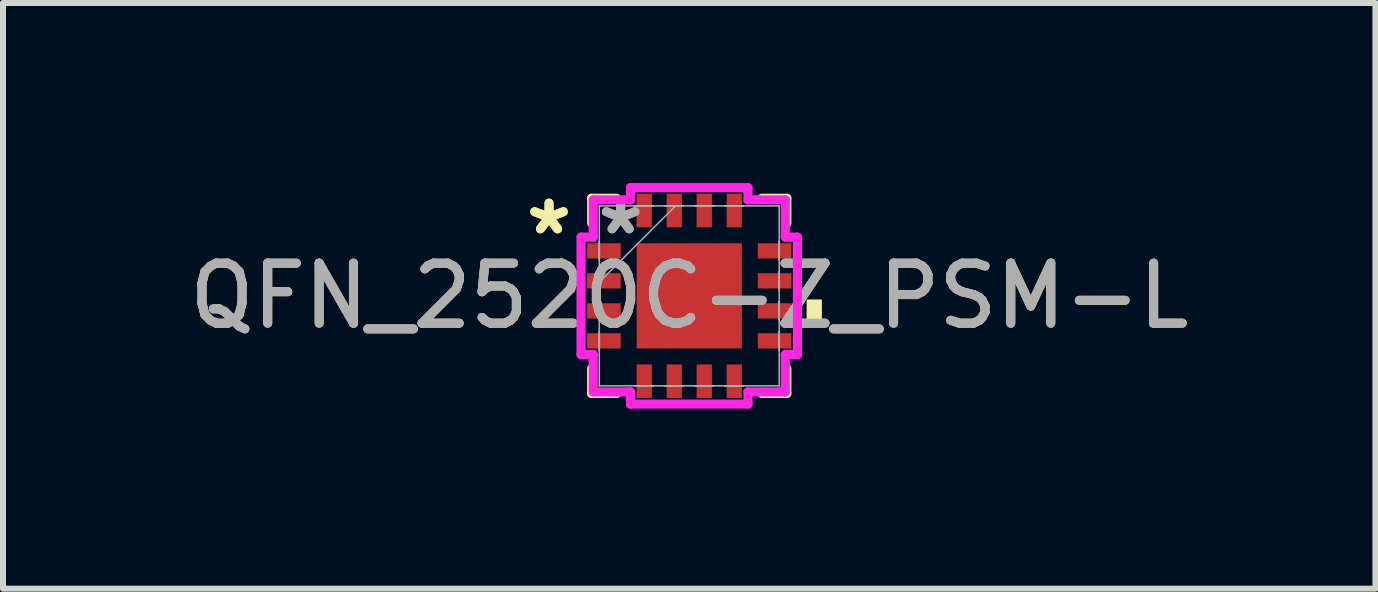
<source format=kicad_pcb>
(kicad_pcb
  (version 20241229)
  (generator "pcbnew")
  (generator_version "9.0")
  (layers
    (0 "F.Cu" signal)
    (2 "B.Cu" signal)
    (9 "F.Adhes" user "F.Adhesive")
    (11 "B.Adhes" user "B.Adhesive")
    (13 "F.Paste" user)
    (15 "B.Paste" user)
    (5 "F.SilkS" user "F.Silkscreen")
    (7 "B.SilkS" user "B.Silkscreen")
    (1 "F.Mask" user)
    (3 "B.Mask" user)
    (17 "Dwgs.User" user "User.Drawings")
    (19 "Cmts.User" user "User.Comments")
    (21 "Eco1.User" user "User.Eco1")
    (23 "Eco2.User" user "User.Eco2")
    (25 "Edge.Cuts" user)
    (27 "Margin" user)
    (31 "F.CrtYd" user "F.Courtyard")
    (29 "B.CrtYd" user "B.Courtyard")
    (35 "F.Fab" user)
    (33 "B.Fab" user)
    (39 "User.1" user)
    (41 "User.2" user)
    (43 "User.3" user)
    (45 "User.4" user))
  (footprint "QFN_2520C-Z_PSM-L"
    (layer "F.Cu")
    (at 8.435 1.88)
    (property "Reference" "QFN_2520C-Z_PSM-L" (at 0 0 0) (unlocked yes) (layer "F.SilkS") (effects (font (size 1 1) (thickness 0.15))))
    (attr smd)
    (fp_line (start -1.626 -1.626) (end -1.626 -1.21) (stroke (width 0.152) (type solid)) (layer "F.SilkS"))
    (fp_line (start -1.626 1.21) (end -1.626 1.626) (stroke (width 0.152) (type solid)) (layer "F.SilkS"))
    (fp_line (start -1.626 1.626) (end -1.21 1.626) (stroke (width 0.152) (type solid)) (layer "F.SilkS"))
    (fp_line (start -1.21 -1.626) (end -1.626 -1.626) (stroke (width 0.152) (type solid)) (layer "F.SilkS"))
    (fp_line (start 1.21 1.626) (end 1.626 1.626) (stroke (width 0.152) (type solid)) (layer "F.SilkS"))
    (fp_line (start 1.626 -1.626) (end 1.21 -1.626) (stroke (width 0.152) (type solid)) (layer "F.SilkS"))
    (fp_line (start 1.626 -1.21) (end 1.626 -1.626) (stroke (width 0.152) (type solid)) (layer "F.SilkS"))
    (fp_line (start 1.626 1.626) (end 1.626 1.21) (stroke (width 0.152) (type solid)) (layer "F.SilkS"))
    (fp_poly (pts (xy 2.21 0.06) (xy 2.21 0.441) (xy 1.956 0.441) (xy 1.956 0.06)) (stroke (width 0) (type solid)) (fill yes) (layer "F.SilkS"))
    (fp_line (start -1.803 -0.979) (end -1.6 -0.979) (stroke (width 0.152) (type solid)) (layer "F.CrtYd"))
    (fp_line (start -1.803 0.979) (end -1.803 -0.979) (stroke (width 0.152) (type solid)) (layer "F.CrtYd"))
    (fp_line (start -1.6 -1.6) (end -0.979 -1.6) (stroke (width 0.152) (type solid)) (layer "F.CrtYd"))
    (fp_line (start -1.6 -0.979) (end -1.6 -1.6) (stroke (width 0.152) (type solid)) (layer "F.CrtYd"))
    (fp_line (start -1.6 0.979) (end -1.803 0.979) (stroke (width 0.152) (type solid)) (layer "F.CrtYd"))
    (fp_line (start -1.6 1.6) (end -1.6 0.979) (stroke (width 0.152) (type solid)) (layer "F.CrtYd"))
    (fp_line (start -0.979 -1.803) (end 0.979 -1.803) (stroke (width 0.152) (type solid)) (layer "F.CrtYd"))
    (fp_line (start -0.979 -1.6) (end -0.979 -1.803) (stroke (width 0.152) (type solid)) (layer "F.CrtYd"))
    (fp_line (start -0.979 1.6) (end -1.6 1.6) (stroke (width 0.152) (type solid)) (layer "F.CrtYd"))
    (fp_line (start -0.979 1.803) (end -0.979 1.6) (stroke (width 0.152) (type solid)) (layer "F.CrtYd"))
    (fp_line (start 0.979 -1.803) (end 0.979 -1.6) (stroke (width 0.152) (type solid)) (layer "F.CrtYd"))
    (fp_line (start 0.979 -1.6) (end 1.6 -1.6) (stroke (width 0.152) (type solid)) (layer "F.CrtYd"))
    (fp_line (start 0.979 1.6) (end 0.979 1.803) (stroke (width 0.152) (type solid)) (layer "F.CrtYd"))
    (fp_line (start 0.979 1.803) (end -0.979 1.803) (stroke (width 0.152) (type solid)) (layer "F.CrtYd"))
    (fp_line (start 1.6 -1.6) (end 1.6 -0.979) (stroke (width 0.152) (type solid)) (layer "F.CrtYd"))
    (fp_line (start 1.6 -0.979) (end 1.803 -0.979) (stroke (width 0.152) (type solid)) (layer "F.CrtYd"))
    (fp_line (start 1.6 0.979) (end 1.6 1.6) (stroke (width 0.152) (type solid)) (layer "F.CrtYd"))
    (fp_line (start 1.6 1.6) (end 0.979 1.6) (stroke (width 0.152) (type solid)) (layer "F.CrtYd"))
    (fp_line (start 1.803 -0.979) (end 1.803 0.979) (stroke (width 0.152) (type solid)) (layer "F.CrtYd"))
    (fp_line (start 1.803 0.979) (end 1.6 0.979) (stroke (width 0.152) (type solid)) (layer "F.CrtYd"))
    (fp_line (start -1.499 -1.499) (end -1.499 -1.499) (stroke (width 0.025) (type solid)) (layer "F.Fab"))
    (fp_line (start -1.499 -1.499) (end -1.499 1.499) (stroke (width 0.025) (type solid)) (layer "F.Fab"))
    (fp_line (start -1.499 -0.903) (end -1.499 -0.903) (stroke (width 0.025) (type solid)) (layer "F.Fab"))
    (fp_line (start -1.499 -0.903) (end -1.499 -0.598) (stroke (width 0.025) (type solid)) (layer "F.Fab"))
    (fp_line (start -1.499 -0.598) (end -1.499 -0.903) (stroke (width 0.025) (type solid)) (layer "F.Fab"))
    (fp_line (start -1.499 -0.598) (end -1.499 -0.598) (stroke (width 0.025) (type solid)) (layer "F.Fab"))
    (fp_line (start -1.499 -0.402) (end -1.499 -0.402) (stroke (width 0.025) (type solid)) (layer "F.Fab"))
    (fp_line (start -1.499 -0.402) (end -1.499 -0.098) (stroke (width 0.025) (type solid)) (layer "F.Fab"))
    (fp_line (start -1.499 -0.229) (end -0.229 -1.499) (stroke (width 0.025) (type solid)) (layer "F.Fab"))
    (fp_line (start -1.499 -0.098) (end -1.499 -0.402) (stroke (width 0.025) (type solid)) (layer "F.Fab"))
    (fp_line (start -1.499 -0.098) (end -1.499 -0.098) (stroke (width 0.025) (type solid)) (layer "F.Fab"))
    (fp_line (start -1.499 0.098) (end -1.499 0.098) (stroke (width 0.025) (type solid)) (layer "F.Fab"))
    (fp_line (start -1.499 0.098) (end -1.499 0.402) (stroke (width 0.025) (type solid)) (layer "F.Fab"))
    (fp_line (start -1.499 0.402) (end -1.499 0.098) (stroke (width 0.025) (type solid)) (layer "F.Fab"))
    (fp_line (start -1.499 0.402) (end -1.499 0.402) (stroke (width 0.025) (type solid)) (layer "F.Fab"))
    (fp_line (start -1.499 0.598) (end -1.499 0.598) (stroke (width 0.025) (type solid)) (layer "F.Fab"))
    (fp_line (start -1.499 0.598) (end -1.499 0.903) (stroke (width 0.025) (type solid)) (layer "F.Fab"))
    (fp_line (start -1.499 0.903) (end -1.499 0.598) (stroke (width 0.025) (type solid)) (layer "F.Fab"))
    (fp_line (start -1.499 0.903) (end -1.499 0.903) (stroke (width 0.025) (type solid)) (layer "F.Fab"))
    (fp_line (start -1.499 1.499) (end -1.499 1.499) (stroke (width 0.025) (type solid)) (layer "F.Fab"))
    (fp_line (start -1.499 1.499) (end 1.499 1.499) (stroke (width 0.025) (type solid)) (layer "F.Fab"))
    (fp_line (start -0.903 -1.499) (end -0.903 -1.499) (stroke (width 0.025) (type solid)) (layer "F.Fab"))
    (fp_line (start -0.903 -1.499) (end -0.598 -1.499) (stroke (width 0.025) (type solid)) (layer "F.Fab"))
    (fp_line (start -0.903 1.499) (end -0.903 1.499) (stroke (width 0.025) (type solid)) (layer "F.Fab"))
    (fp_line (start -0.903 1.499) (end -0.598 1.499) (stroke (width 0.025) (type solid)) (layer "F.Fab"))
    (fp_line (start -0.598 -1.499) (end -0.903 -1.499) (stroke (width 0.025) (type solid)) (layer "F.Fab"))
    (fp_line (start -0.598 -1.499) (end -0.598 -1.499) (stroke (width 0.025) (type solid)) (layer "F.Fab"))
    (fp_line (start -0.598 1.499) (end -0.903 1.499) (stroke (width 0.025) (type solid)) (layer "F.Fab"))
    (fp_line (start -0.598 1.499) (end -0.598 1.499) (stroke (width 0.025) (type solid)) (layer "F.Fab"))
    (fp_line (start -0.402 -1.499) (end -0.402 -1.499) (stroke (width 0.025) (type solid)) (layer "F.Fab"))
    (fp_line (start -0.402 -1.499) (end -0.098 -1.499) (stroke (width 0.025) (type solid)) (layer "F.Fab"))
    (fp_line (start -0.402 1.499) (end -0.402 1.499) (stroke (width 0.025) (type solid)) (layer "F.Fab"))
    (fp_line (start -0.402 1.499) (end -0.098 1.499) (stroke (width 0.025) (type solid)) (layer "F.Fab"))
    (fp_line (start -0.098 -1.499) (end -0.402 -1.499) (stroke (width 0.025) (type solid)) (layer "F.Fab"))
    (fp_line (start -0.098 -1.499) (end -0.098 -1.499) (stroke (width 0.025) (type solid)) (layer "F.Fab"))
    (fp_line (start -0.098 1.499) (end -0.402 1.499) (stroke (width 0.025) (type solid)) (layer "F.Fab"))
    (fp_line (start -0.098 1.499) (end -0.098 1.499) (stroke (width 0.025) (type solid)) (layer "F.Fab"))
    (fp_line (start 0.098 -1.499) (end 0.098 -1.499) (stroke (width 0.025) (type solid)) (layer "F.Fab"))
    (fp_line (start 0.098 -1.499) (end 0.402 -1.499) (stroke (width 0.025) (type solid)) (layer "F.Fab"))
    (fp_line (start 0.098 1.499) (end 0.098 1.499) (stroke (width 0.025) (type solid)) (layer "F.Fab"))
    (fp_line (start 0.098 1.499) (end 0.402 1.499) (stroke (width 0.025) (type solid)) (layer "F.Fab"))
    (fp_line (start 0.402 -1.499) (end 0.098 -1.499) (stroke (width 0.025) (type solid)) (layer "F.Fab"))
    (fp_line (start 0.402 -1.499) (end 0.402 -1.499) (stroke (width 0.025) (type solid)) (layer "F.Fab"))
    (fp_line (start 0.402 1.499) (end 0.098 1.499) (stroke (width 0.025) (type solid)) (layer "F.Fab"))
    (fp_line (start 0.402 1.499) (end 0.402 1.499) (stroke (width 0.025) (type solid)) (layer "F.Fab"))
    (fp_line (start 0.598 -1.499) (end 0.598 -1.499) (stroke (width 0.025) (type solid)) (layer "F.Fab"))
    (fp_line (start 0.598 -1.499) (end 0.903 -1.499) (stroke (width 0.025) (type solid)) (layer "F.Fab"))
    (fp_line (start 0.598 1.499) (end 0.598 1.499) (stroke (width 0.025) (type solid)) (layer "F.Fab"))
    (fp_line (start 0.598 1.499) (end 0.903 1.499) (stroke (width 0.025) (type solid)) (layer "F.Fab"))
    (fp_line (start 0.903 -1.499) (end 0.598 -1.499) (stroke (width 0.025) (type solid)) (layer "F.Fab"))
    (fp_line (start 0.903 -1.499) (end 0.903 -1.499) (stroke (width 0.025) (type solid)) (layer "F.Fab"))
    (fp_line (start 0.903 1.499) (end 0.598 1.499) (stroke (width 0.025) (type solid)) (layer "F.Fab"))
    (fp_line (start 0.903 1.499) (end 0.903 1.499) (stroke (width 0.025) (type solid)) (layer "F.Fab"))
    (fp_line (start 1.499 -1.499) (end -1.499 -1.499) (stroke (width 0.025) (type solid)) (layer "F.Fab"))
    (fp_line (start 1.499 -1.499) (end 1.499 -1.499) (stroke (width 0.025) (type solid)) (layer "F.Fab"))
    (fp_line (start 1.499 -0.903) (end 1.499 -0.903) (stroke (width 0.025) (type solid)) (layer "F.Fab"))
    (fp_line (start 1.499 -0.903) (end 1.499 -0.598) (stroke (width 0.025) (type solid)) (layer "F.Fab"))
    (fp_line (start 1.499 -0.598) (end 1.499 -0.903) (stroke (width 0.025) (type solid)) (layer "F.Fab"))
    (fp_line (start 1.499 -0.598) (end 1.499 -0.598) (stroke (width 0.025) (type solid)) (layer "F.Fab"))
    (fp_line (start 1.499 -0.402) (end 1.499 -0.402) (stroke (width 0.025) (type solid)) (layer "F.Fab"))
    (fp_line (start 1.499 -0.402) (end 1.499 -0.098) (stroke (width 0.025) (type solid)) (layer "F.Fab"))
    (fp_line (start 1.499 -0.098) (end 1.499 -0.402) (stroke (width 0.025) (type solid)) (layer "F.Fab"))
    (fp_line (start 1.499 -0.098) (end 1.499 -0.098) (stroke (width 0.025) (type solid)) (layer "F.Fab"))
    (fp_line (start 1.499 0.098) (end 1.499 0.098) (stroke (width 0.025) (type solid)) (layer "F.Fab"))
    (fp_line (start 1.499 0.098) (end 1.499 0.402) (stroke (width 0.025) (type solid)) (layer "F.Fab"))
    (fp_line (start 1.499 0.402) (end 1.499 0.098) (stroke (width 0.025) (type solid)) (layer "F.Fab"))
    (fp_line (start 1.499 0.402) (end 1.499 0.402) (stroke (width 0.025) (type solid)) (layer "F.Fab"))
    (fp_line (start 1.499 0.598) (end 1.499 0.598) (stroke (width 0.025) (type solid)) (layer "F.Fab"))
    (fp_line (start 1.499 0.598) (end 1.499 0.903) (stroke (width 0.025) (type solid)) (layer "F.Fab"))
    (fp_line (start 1.499 0.903) (end 1.499 0.598) (stroke (width 0.025) (type solid)) (layer "F.Fab"))
    (fp_line (start 1.499 0.903) (end 1.499 0.903) (stroke (width 0.025) (type solid)) (layer "F.Fab"))
    (fp_line (start 1.499 1.499) (end 1.499 -1.499) (stroke (width 0.025) (type solid)) (layer "F.Fab"))
    (fp_line (start 1.499 1.499) (end 1.499 1.499) (stroke (width 0.025) (type solid)) (layer "F.Fab"))
    (fp_text user "*" (at -2.337 -1 0) (layer "F.SilkS") (effects (font (size 1 1) (thickness 0.15))))
    (fp_text user "*" (at -2.337 -1 0) (unlocked yes) (layer "F.SilkS") (effects (font (size 1 1) (thickness 0.15))))
    (fp_text user "*" (at -1.143 -1 0) (unlocked yes) (layer "F.Fab") (effects (font (size 1 1) (thickness 0.15))))
    (fp_text user "*" (at -1.143 -1 0) (layer "F.Fab") (effects (font (size 1 1) (thickness 0.15))))
    (fp_text user "${REFERENCE}" (at 0 0 0) (unlocked yes) (layer "F.Fab") (effects (font (size 1 1) (thickness 0.15))))
    (pad "1" smd rect (at -1.422 -0.75 90) (size 0.254 0.559) (layers "F.Cu" "F.Mask" "F.Paste"))
    (pad "2" smd rect (at -1.422 -0.25 90) (size 0.254 0.559) (layers "F.Cu" "F.Mask" "F.Paste"))
    (pad "3" smd rect (at -1.422 0.25 90) (size 0.254 0.559) (layers "F.Cu" "F.Mask" "F.Paste"))
    (pad "4" smd rect (at -1.422 0.75 90) (size 0.254 0.559) (layers "F.Cu" "F.Mask" "F.Paste"))
    (pad "5" smd rect (at -0.75 1.422) (size 0.254 0.559) (layers "F.Cu" "F.Mask" "F.Paste"))
    (pad "6" smd rect (at -0.25 1.422) (size 0.254 0.559) (layers "F.Cu" "F.Mask" "F.Paste"))
    (pad "7" smd rect (at 0.25 1.422) (size 0.254 0.559) (layers "F.Cu" "F.Mask" "F.Paste"))
    (pad "8" smd rect (at 0.75 1.422) (size 0.254 0.559) (layers "F.Cu" "F.Mask" "F.Paste"))
    (pad "9" smd rect (at 1.422 0.75 90) (size 0.254 0.559) (layers "F.Cu" "F.Mask" "F.Paste"))
    (pad "10" smd rect (at 1.422 0.25 90) (size 0.254 0.559) (layers "F.Cu" "F.Mask" "F.Paste"))
    (pad "11" smd rect (at 1.422 -0.25 90) (size 0.254 0.559) (layers "F.Cu" "F.Mask" "F.Paste"))
    (pad "12" smd rect (at 1.422 -0.75 90) (size 0.254 0.559) (layers "F.Cu" "F.Mask" "F.Paste"))
    (pad "13" smd rect (at 0.75 -1.422) (size 0.254 0.559) (layers "F.Cu" "F.Mask" "F.Paste"))
    (pad "14" smd rect (at 0.25 -1.422) (size 0.254 0.559) (layers "F.Cu" "F.Mask" "F.Paste"))
    (pad "15" smd rect (at -0.25 -1.422) (size 0.254 0.559) (layers "F.Cu" "F.Mask" "F.Paste"))
    (pad "16" smd rect (at -0.75 -1.422) (size 0.254 0.559) (layers "F.Cu" "F.Mask" "F.Paste"))
    (pad "17" smd rect (at 0 0) (size 1.753 1.753) (layers "F.Cu" "F.Mask" "F.Paste")))
  (gr_rect
    (start -3 -3)
    (end 19.869 6.759)
    (stroke (width 0.1) (type default))
    (fill no)
    (layer "Edge.Cuts")))
</source>
